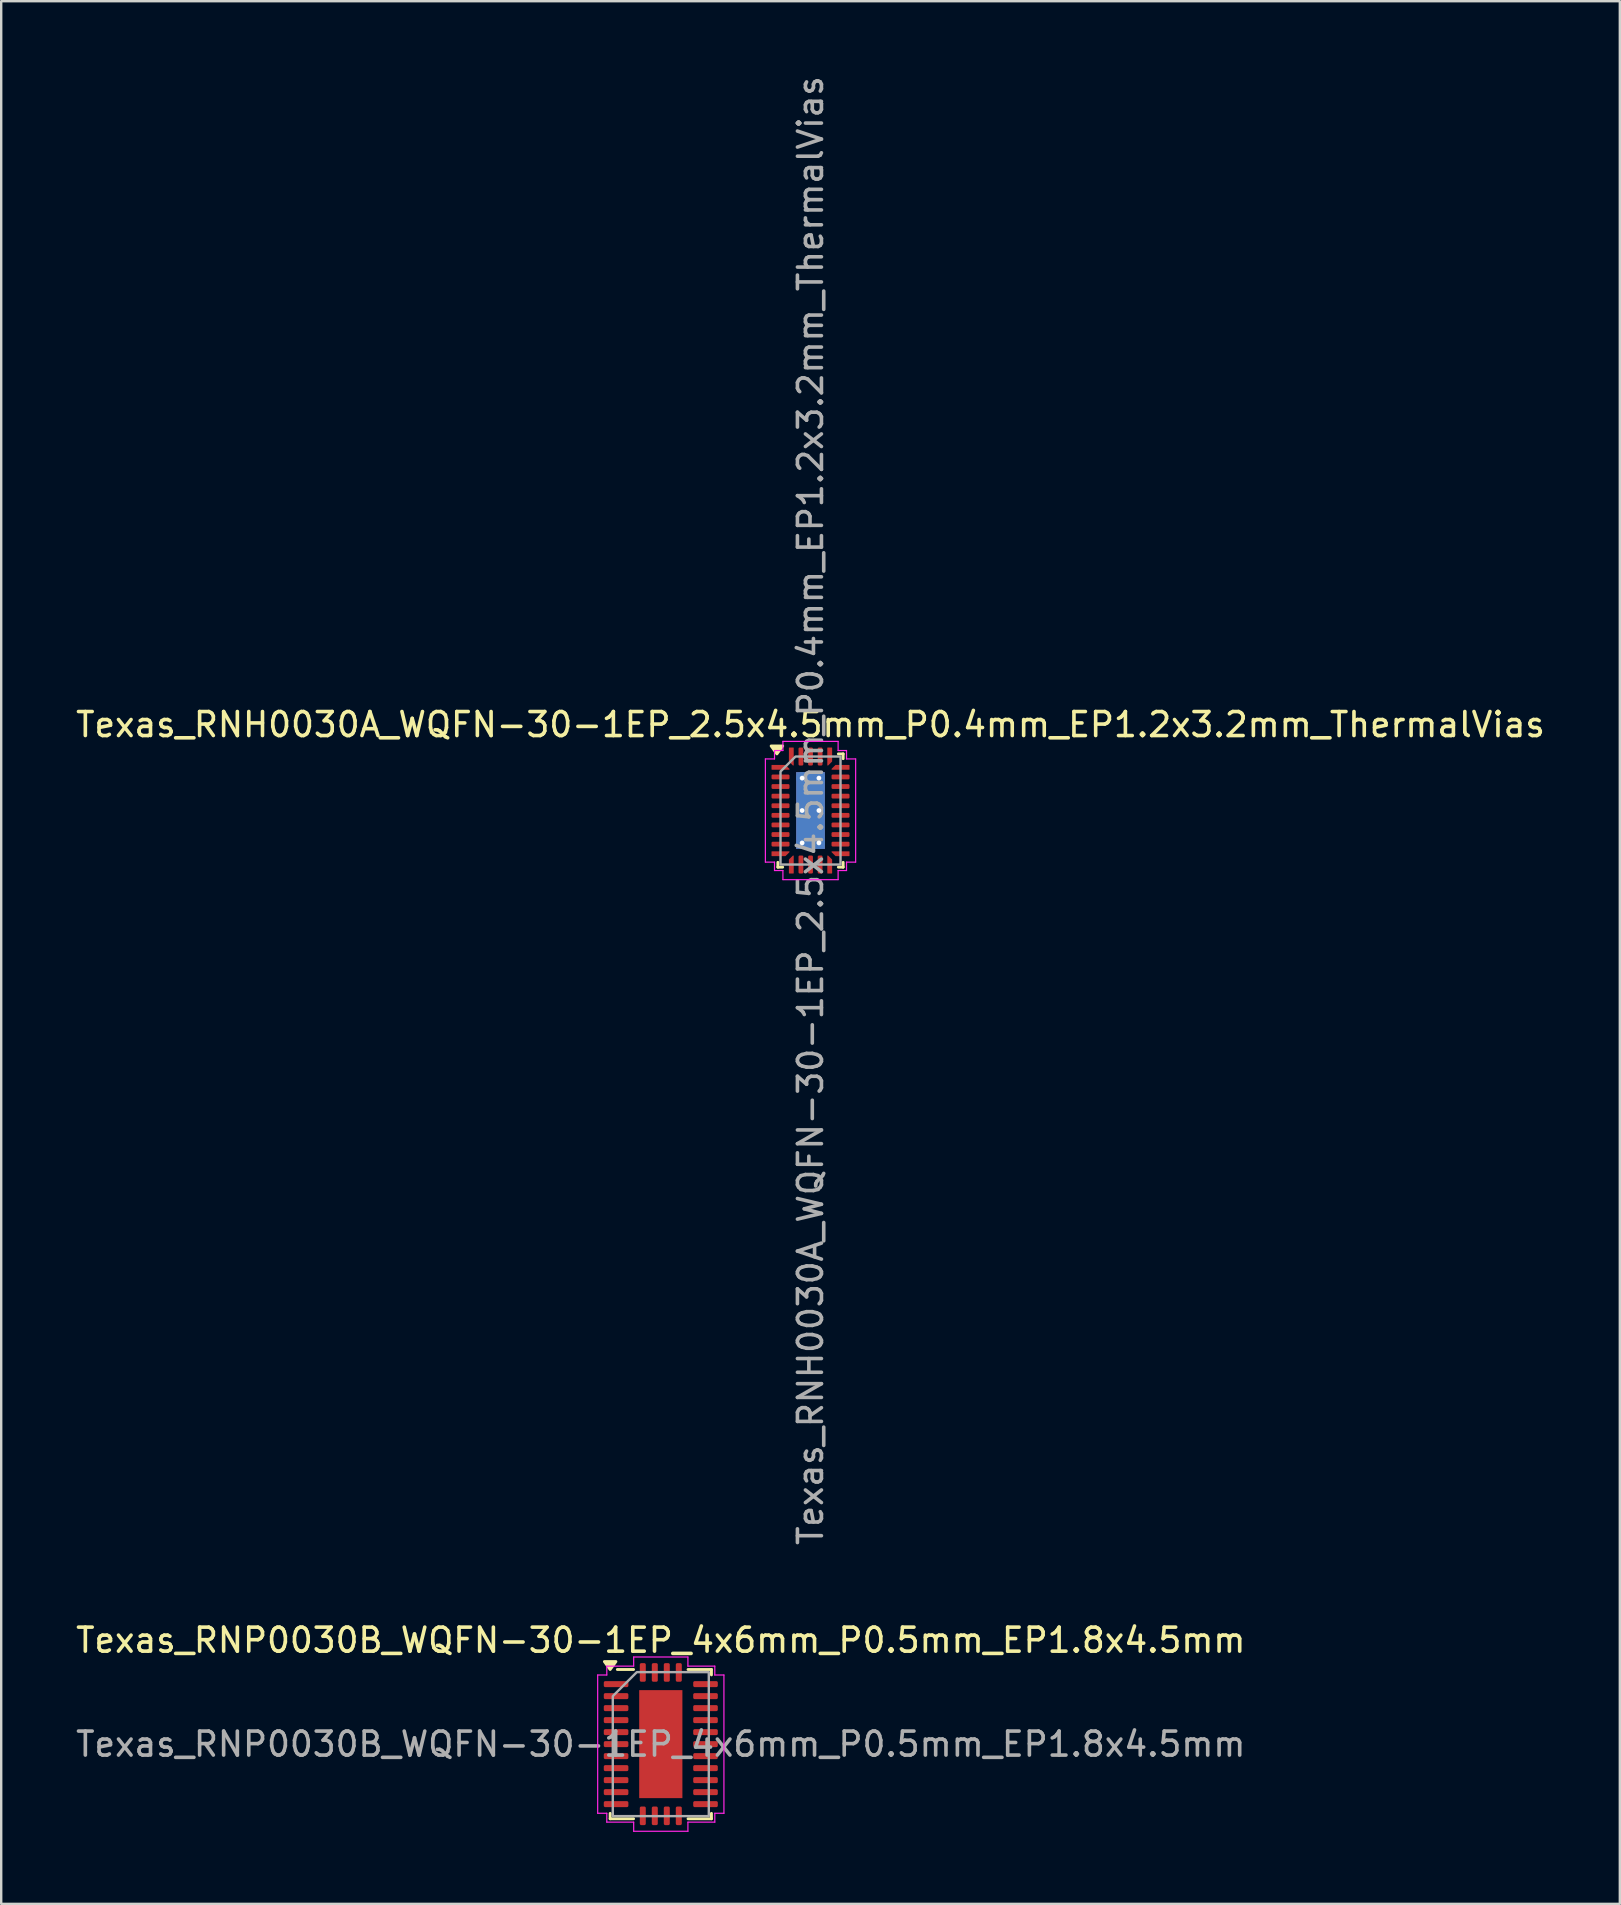
<source format=kicad_pcb>
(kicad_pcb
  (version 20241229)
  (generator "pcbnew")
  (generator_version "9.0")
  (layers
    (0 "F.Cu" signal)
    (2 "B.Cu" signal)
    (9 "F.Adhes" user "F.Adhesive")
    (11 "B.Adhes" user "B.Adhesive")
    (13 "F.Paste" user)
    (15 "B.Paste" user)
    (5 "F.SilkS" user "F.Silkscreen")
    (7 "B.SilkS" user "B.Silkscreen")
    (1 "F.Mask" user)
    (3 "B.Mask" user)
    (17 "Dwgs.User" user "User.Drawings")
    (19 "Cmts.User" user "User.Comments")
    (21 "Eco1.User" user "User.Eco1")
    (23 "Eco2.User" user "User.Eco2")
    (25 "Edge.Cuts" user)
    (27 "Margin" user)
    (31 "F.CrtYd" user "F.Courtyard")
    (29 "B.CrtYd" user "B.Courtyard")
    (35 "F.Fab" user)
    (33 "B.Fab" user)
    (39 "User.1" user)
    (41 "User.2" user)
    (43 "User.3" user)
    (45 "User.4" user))
  (footprint "Texas_RNH0030A_WQFN-30-1EP_2.5x4.5mm_P0.4mm_EP1.2x3.2mm_ThermalVias"
    (layer "F.Cu")
    (at 30.72 30.72)
    (property "Reference" "Texas_RNH0030A_WQFN-30-1EP_2.5x4.5mm_P0.4mm_EP1.2x3.2mm_ThermalVias" (at 0 -3.58 0) (layer "F.SilkS") (effects (font (size 1 1) (thickness 0.15))))
    (attr smd)
    (fp_line (start -1.36 2.36) (end -1.36 2.16) (stroke (width 0.12) (type solid)) (layer "F.SilkS"))
    (fp_line (start -1.16 2.36) (end -1.36 2.36) (stroke (width 0.12) (type solid)) (layer "F.SilkS"))
    (fp_line (start 1.16 -2.36) (end 1.36 -2.36) (stroke (width 0.12) (type solid)) (layer "F.SilkS"))
    (fp_line (start 1.16 2.36) (end 1.36 2.36) (stroke (width 0.12) (type solid)) (layer "F.SilkS"))
    (fp_line (start 1.36 -2.36) (end 1.36 -2.16) (stroke (width 0.12) (type solid)) (layer "F.SilkS"))
    (fp_line (start 1.36 2.36) (end 1.36 2.16) (stroke (width 0.12) (type solid)) (layer "F.SilkS"))
    (fp_poly (pts (xy -1.4 -2.36) (xy -1.64 -2.69) (xy -1.16 -2.69)) (stroke (width 0.12) (type solid)) (fill yes) (layer "F.SilkS"))
    (fp_line (start -1.88 -2.15) (end -1.5 -2.15) (stroke (width 0.05) (type solid)) (layer "F.CrtYd"))
    (fp_line (start -1.88 2.15) (end -1.88 -2.15) (stroke (width 0.05) (type solid)) (layer "F.CrtYd"))
    (fp_line (start -1.5 -2.5) (end -1.15 -2.5) (stroke (width 0.05) (type solid)) (layer "F.CrtYd"))
    (fp_line (start -1.5 -2.15) (end -1.5 -2.5) (stroke (width 0.05) (type solid)) (layer "F.CrtYd"))
    (fp_line (start -1.5 2.15) (end -1.88 2.15) (stroke (width 0.05) (type solid)) (layer "F.CrtYd"))
    (fp_line (start -1.5 2.5) (end -1.5 2.15) (stroke (width 0.05) (type solid)) (layer "F.CrtYd"))
    (fp_line (start -1.15 -2.88) (end 1.15 -2.88) (stroke (width 0.05) (type solid)) (layer "F.CrtYd"))
    (fp_line (start -1.15 -2.5) (end -1.15 -2.88) (stroke (width 0.05) (type solid)) (layer "F.CrtYd"))
    (fp_line (start -1.15 2.5) (end -1.5 2.5) (stroke (width 0.05) (type solid)) (layer "F.CrtYd"))
    (fp_line (start -1.15 2.88) (end -1.15 2.5) (stroke (width 0.05) (type solid)) (layer "F.CrtYd"))
    (fp_line (start 1.15 -2.88) (end 1.15 -2.5) (stroke (width 0.05) (type solid)) (layer "F.CrtYd"))
    (fp_line (start 1.15 -2.5) (end 1.5 -2.5) (stroke (width 0.05) (type solid)) (layer "F.CrtYd"))
    (fp_line (start 1.15 2.5) (end 1.15 2.88) (stroke (width 0.05) (type solid)) (layer "F.CrtYd"))
    (fp_line (start 1.15 2.88) (end -1.15 2.88) (stroke (width 0.05) (type solid)) (layer "F.CrtYd"))
    (fp_line (start 1.5 -2.5) (end 1.5 -2.15) (stroke (width 0.05) (type solid)) (layer "F.CrtYd"))
    (fp_line (start 1.5 -2.15) (end 1.88 -2.15) (stroke (width 0.05) (type solid)) (layer "F.CrtYd"))
    (fp_line (start 1.5 2.15) (end 1.5 2.5) (stroke (width 0.05) (type solid)) (layer "F.CrtYd"))
    (fp_line (start 1.5 2.5) (end 1.15 2.5) (stroke (width 0.05) (type solid)) (layer "F.CrtYd"))
    (fp_line (start 1.88 -2.15) (end 1.88 2.15) (stroke (width 0.05) (type solid)) (layer "F.CrtYd"))
    (fp_line (start 1.88 2.15) (end 1.5 2.15) (stroke (width 0.05) (type solid)) (layer "F.CrtYd"))
    (fp_poly (pts (xy -1.25 -1.625) (xy -1.25 2.25) (xy 1.25 2.25) (xy 1.25 -2.25) (xy -0.625 -2.25)) (stroke (width 0.1) (type solid)) (fill no) (layer "F.Fab"))
    (fp_text user "${REFERENCE}" (at 0 0 90) (layer "F.Fab") (effects (font (size 1 1) (thickness 0.15))))
    (pad "" smd roundrect (at 0 -0.8) (size 1.09 1.45) (layers "F.Paste") (roundrect_rratio 0.229))
    (pad "" smd roundrect (at 0 0.8) (size 1.09 1.45) (layers "F.Paste") (roundrect_rratio 0.229))
    (pad "1" smd custom (at -1.25 -1.8) (size 0.082 0.082) (layers "F.Cu" "F.Mask" "F.Paste") (options (anchor circle)) (primitives (gr_poly (pts (xy -0.358 -0.084) (xy 0.201 -0.084) (xy 0.358 0.074) (xy 0.358 0.084) (xy -0.358 0.084)) (width 0.033) (fill yes))))
    (pad "2" smd roundrect (at -1.25 -1.4) (size 0.75 0.2) (layers "F.Cu" "F.Mask" "F.Paste") (roundrect_rratio 0.25))
    (pad "3" smd roundrect (at -1.25 -1) (size 0.75 0.2) (layers "F.Cu" "F.Mask" "F.Paste") (roundrect_rratio 0.25))
    (pad "4" smd roundrect (at -1.25 -0.6) (size 0.75 0.2) (layers "F.Cu" "F.Mask" "F.Paste") (roundrect_rratio 0.25))
    (pad "5" smd roundrect (at -1.25 -0.2) (size 0.75 0.2) (layers "F.Cu" "F.Mask" "F.Paste") (roundrect_rratio 0.25))
    (pad "6" smd roundrect (at -1.25 0.2) (size 0.75 0.2) (layers "F.Cu" "F.Mask" "F.Paste") (roundrect_rratio 0.25))
    (pad "7" smd roundrect (at -1.25 0.6) (size 0.75 0.2) (layers "F.Cu" "F.Mask" "F.Paste") (roundrect_rratio 0.25))
    (pad "8" smd roundrect (at -1.25 1) (size 0.75 0.2) (layers "F.Cu" "F.Mask" "F.Paste") (roundrect_rratio 0.25))
    (pad "9" smd roundrect (at -1.25 1.4) (size 0.75 0.2) (layers "F.Cu" "F.Mask" "F.Paste") (roundrect_rratio 0.25))
    (pad "10" smd custom (at -1.25 1.8) (size 0.082 0.082) (layers "F.Cu" "F.Mask" "F.Paste") (options (anchor circle)) (primitives (gr_poly (pts (xy -0.358 -0.084) (xy 0.358 -0.084) (xy 0.358 -0.074) (xy 0.201 0.084) (xy -0.358 0.084)) (width 0.033) (fill yes))))
    (pad "11" smd custom (at -0.8 2.25) (size 0.082 0.082) (layers "F.Cu" "F.Mask" "F.Paste") (options (anchor circle)) (primitives (gr_poly (pts (xy -0.084 -0.201) (xy 0.074 -0.358) (xy 0.084 -0.358) (xy 0.084 0.358) (xy -0.084 0.358)) (width 0.033) (fill yes))))
    (pad "12" smd roundrect (at -0.4 2.25) (size 0.2 0.75) (layers "F.Cu" "F.Mask" "F.Paste") (roundrect_rratio 0.25))
    (pad "13" smd roundrect (at 0 2.25) (size 0.2 0.75) (layers "F.Cu" "F.Mask" "F.Paste") (roundrect_rratio 0.25))
    (pad "14" smd roundrect (at 0.4 2.25) (size 0.2 0.75) (layers "F.Cu" "F.Mask" "F.Paste") (roundrect_rratio 0.25))
    (pad "15" smd custom (at 0.8 2.25) (size 0.082 0.082) (layers "F.Cu" "F.Mask" "F.Paste") (options (anchor circle)) (primitives (gr_poly (pts (xy -0.084 -0.358) (xy -0.074 -0.358) (xy 0.084 -0.201) (xy 0.084 0.358) (xy -0.084 0.358)) (width 0.033) (fill yes))))
    (pad "16" smd custom (at 1.25 1.8) (size 0.082 0.082) (layers "F.Cu" "F.Mask" "F.Paste") (options (anchor circle)) (primitives (gr_poly (pts (xy -0.358 -0.084) (xy 0.358 -0.084) (xy 0.358 0.084) (xy -0.201 0.084) (xy -0.358 -0.074)) (width 0.033) (fill yes))))
    (pad "17" smd roundrect (at 1.25 1.4) (size 0.75 0.2) (layers "F.Cu" "F.Mask" "F.Paste") (roundrect_rratio 0.25))
    (pad "18" smd roundrect (at 1.25 1) (size 0.75 0.2) (layers "F.Cu" "F.Mask" "F.Paste") (roundrect_rratio 0.25))
    (pad "19" smd roundrect (at 1.25 0.6) (size 0.75 0.2) (layers "F.Cu" "F.Mask" "F.Paste") (roundrect_rratio 0.25))
    (pad "20" smd roundrect (at 1.25 0.2) (size 0.75 0.2) (layers "F.Cu" "F.Mask" "F.Paste") (roundrect_rratio 0.25))
    (pad "21" smd roundrect (at 1.25 -0.2) (size 0.75 0.2) (layers "F.Cu" "F.Mask" "F.Paste") (roundrect_rratio 0.25))
    (pad "22" smd roundrect (at 1.25 -0.6) (size 0.75 0.2) (layers "F.Cu" "F.Mask" "F.Paste") (roundrect_rratio 0.25))
    (pad "23" smd roundrect (at 1.25 -1) (size 0.75 0.2) (layers "F.Cu" "F.Mask" "F.Paste") (roundrect_rratio 0.25))
    (pad "24" smd roundrect (at 1.25 -1.4) (size 0.75 0.2) (layers "F.Cu" "F.Mask" "F.Paste") (roundrect_rratio 0.25))
    (pad "25" smd custom (at 1.25 -1.8) (size 0.082 0.082) (layers "F.Cu" "F.Mask" "F.Paste") (options (anchor circle)) (primitives (gr_poly (pts (xy -0.358 0.074) (xy -0.201 -0.084) (xy 0.358 -0.084) (xy 0.358 0.084) (xy -0.358 0.084)) (width 0.033) (fill yes))))
    (pad "26" smd custom (at 0.8 -2.25) (size 0.082 0.082) (layers "F.Cu" "F.Mask" "F.Paste") (options (anchor circle)) (primitives (gr_poly (pts (xy -0.084 -0.358) (xy 0.084 -0.358) (xy 0.084 0.201) (xy -0.074 0.358) (xy -0.084 0.358)) (width 0.033) (fill yes))))
    (pad "27" smd roundrect (at 0.4 -2.25) (size 0.2 0.75) (layers "F.Cu" "F.Mask" "F.Paste") (roundrect_rratio 0.25))
    (pad "28" smd roundrect (at 0 -2.25) (size 0.2 0.75) (layers "F.Cu" "F.Mask" "F.Paste") (roundrect_rratio 0.25))
    (pad "29" smd roundrect (at -0.4 -2.25) (size 0.2 0.75) (layers "F.Cu" "F.Mask" "F.Paste") (roundrect_rratio 0.25))
    (pad "30" smd custom (at -0.8 -2.25) (size 0.082 0.082) (layers "F.Cu" "F.Mask" "F.Paste") (options (anchor circle)) (primitives (gr_poly (pts (xy -0.084 -0.358) (xy 0.084 -0.358) (xy 0.084 0.358) (xy 0.074 0.358) (xy -0.084 0.201)) (width 0.033) (fill yes))))
    (pad "31" thru_hole circle (at -0.35 -1.35) (size 0.5 0.5) (drill 0.2) (property pad_prop_heatsink) (layers "*.Cu"))
    (pad "31" thru_hole circle (at -0.35 0) (size 0.5 0.5) (drill 0.2) (property pad_prop_heatsink) (layers "*.Cu"))
    (pad "31" thru_hole circle (at -0.35 1.35) (size 0.5 0.5) (drill 0.2) (property pad_prop_heatsink) (layers "*.Cu"))
    (pad "31" smd rect (at 0 0) (size 1.2 3.2) (property pad_prop_heatsink) (layers "F.Cu" "F.Mask"))
    (pad "31" smd rect (at 0 0) (size 1.2 3.2) (property pad_prop_heatsink) (layers "B.Cu"))
    (pad "31" thru_hole circle (at 0.35 -1.35) (size 0.5 0.5) (drill 0.2) (property pad_prop_heatsink) (layers "*.Cu"))
    (pad "31" thru_hole circle (at 0.35 0) (size 0.5 0.5) (drill 0.2) (property pad_prop_heatsink) (layers "*.Cu"))
    (pad "31" thru_hole circle (at 0.35 1.35) (size 0.5 0.5) (drill 0.2) (property pad_prop_heatsink) (layers "*.Cu")))
  (footprint "Texas_RNP0030B_WQFN-30-1EP_4x6mm_P0.5mm_EP1.8x4.5mm"
    (layer "F.Cu")
    (at 24.482 69.619)
    (property "Reference" "Texas_RNP0030B_WQFN-30-1EP_4x6mm_P0.5mm_EP1.8x4.5mm" (at 0 -4.33 0) (layer "F.SilkS") (effects (font (size 1 1) (thickness 0.15))))
    (attr smd)
    (fp_line (start -2.11 3.11) (end -2.11 2.885) (stroke (width 0.12) (type solid)) (layer "F.SilkS"))
    (fp_line (start -1.135 -3.11) (end -1.81 -3.11) (stroke (width 0.12) (type solid)) (layer "F.SilkS"))
    (fp_line (start -1.135 3.11) (end -2.11 3.11) (stroke (width 0.12) (type solid)) (layer "F.SilkS"))
    (fp_line (start 1.135 -3.11) (end 2.11 -3.11) (stroke (width 0.12) (type solid)) (layer "F.SilkS"))
    (fp_line (start 1.135 3.11) (end 2.11 3.11) (stroke (width 0.12) (type solid)) (layer "F.SilkS"))
    (fp_line (start 2.11 -3.11) (end 2.11 -2.885) (stroke (width 0.12) (type solid)) (layer "F.SilkS"))
    (fp_line (start 2.11 3.11) (end 2.11 2.885) (stroke (width 0.12) (type solid)) (layer "F.SilkS"))
    (fp_poly (pts (xy -2.11 -3.11) (xy -2.35 -3.44) (xy -1.87 -3.44)) (stroke (width 0.12) (type solid)) (fill yes) (layer "F.SilkS"))
    (fp_line (start -2.63 -2.88) (end -2.25 -2.88) (stroke (width 0.05) (type solid)) (layer "F.CrtYd"))
    (fp_line (start -2.63 2.88) (end -2.63 -2.88) (stroke (width 0.05) (type solid)) (layer "F.CrtYd"))
    (fp_line (start -2.25 -3.25) (end -1.13 -3.25) (stroke (width 0.05) (type solid)) (layer "F.CrtYd"))
    (fp_line (start -2.25 -2.88) (end -2.25 -3.25) (stroke (width 0.05) (type solid)) (layer "F.CrtYd"))
    (fp_line (start -2.25 2.88) (end -2.63 2.88) (stroke (width 0.05) (type solid)) (layer "F.CrtYd"))
    (fp_line (start -2.25 3.25) (end -2.25 2.88) (stroke (width 0.05) (type solid)) (layer "F.CrtYd"))
    (fp_line (start -1.13 -3.63) (end 1.13 -3.63) (stroke (width 0.05) (type solid)) (layer "F.CrtYd"))
    (fp_line (start -1.13 -3.25) (end -1.13 -3.63) (stroke (width 0.05) (type solid)) (layer "F.CrtYd"))
    (fp_line (start -1.13 3.25) (end -2.25 3.25) (stroke (width 0.05) (type solid)) (layer "F.CrtYd"))
    (fp_line (start -1.13 3.63) (end -1.13 3.25) (stroke (width 0.05) (type solid)) (layer "F.CrtYd"))
    (fp_line (start 1.13 -3.63) (end 1.13 -3.25) (stroke (width 0.05) (type solid)) (layer "F.CrtYd"))
    (fp_line (start 1.13 -3.25) (end 2.25 -3.25) (stroke (width 0.05) (type solid)) (layer "F.CrtYd"))
    (fp_line (start 1.13 3.25) (end 1.13 3.63) (stroke (width 0.05) (type solid)) (layer "F.CrtYd"))
    (fp_line (start 1.13 3.63) (end -1.13 3.63) (stroke (width 0.05) (type solid)) (layer "F.CrtYd"))
    (fp_line (start 2.25 -3.25) (end 2.25 -2.88) (stroke (width 0.05) (type solid)) (layer "F.CrtYd"))
    (fp_line (start 2.25 -2.88) (end 2.63 -2.88) (stroke (width 0.05) (type solid)) (layer "F.CrtYd"))
    (fp_line (start 2.25 2.88) (end 2.25 3.25) (stroke (width 0.05) (type solid)) (layer "F.CrtYd"))
    (fp_line (start 2.25 3.25) (end 1.13 3.25) (stroke (width 0.05) (type solid)) (layer "F.CrtYd"))
    (fp_line (start 2.63 -2.88) (end 2.63 2.88) (stroke (width 0.05) (type solid)) (layer "F.CrtYd"))
    (fp_line (start 2.63 2.88) (end 2.25 2.88) (stroke (width 0.05) (type solid)) (layer "F.CrtYd"))
    (fp_poly (pts (xy -2 -2) (xy -2 3) (xy 2 3) (xy 2 -3) (xy -1 -3)) (stroke (width 0.1) (type solid)) (fill no) (layer "F.Fab"))
    (fp_text user "${REFERENCE}" (at 0 0 0) (layer "F.Fab") (effects (font (size 1 1) (thickness 0.15))))
    (pad "" smd roundrect (at -0.45 -1.68) (size 0.73 0.91) (layers "F.Paste") (roundrect_rratio 0.25))
    (pad "" smd roundrect (at -0.45 -0.56) (size 0.73 0.91) (layers "F.Paste") (roundrect_rratio 0.25))
    (pad "" smd roundrect (at -0.45 0.56) (size 0.73 0.91) (layers "F.Paste") (roundrect_rratio 0.25))
    (pad "" smd roundrect (at -0.45 1.68) (size 0.73 0.91) (layers "F.Paste") (roundrect_rratio 0.25))
    (pad "" smd roundrect (at 0.45 -1.68) (size 0.73 0.91) (layers "F.Paste") (roundrect_rratio 0.25))
    (pad "" smd roundrect (at 0.45 -0.56) (size 0.73 0.91) (layers "F.Paste") (roundrect_rratio 0.25))
    (pad "" smd roundrect (at 0.45 0.56) (size 0.73 0.91) (layers "F.Paste") (roundrect_rratio 0.25))
    (pad "" smd roundrect (at 0.45 1.68) (size 0.73 0.91) (layers "F.Paste") (roundrect_rratio 0.25))
    (pad "1" smd roundrect (at -1.863 -2.5) (size 1.025 0.25) (layers "F.Cu" "F.Mask" "F.Paste") (roundrect_rratio 0.25))
    (pad "2" smd roundrect (at -1.863 -2) (size 1.025 0.25) (layers "F.Cu" "F.Mask" "F.Paste") (roundrect_rratio 0.25))
    (pad "3" smd roundrect (at -1.863 -1.5) (size 1.025 0.25) (layers "F.Cu" "F.Mask" "F.Paste") (roundrect_rratio 0.25))
    (pad "4" smd roundrect (at -1.863 -1) (size 1.025 0.25) (layers "F.Cu" "F.Mask" "F.Paste") (roundrect_rratio 0.25))
    (pad "5" smd roundrect (at -1.863 -0.5) (size 1.025 0.25) (layers "F.Cu" "F.Mask" "F.Paste") (roundrect_rratio 0.25))
    (pad "6" smd roundrect (at -1.863 0) (size 1.025 0.25) (layers "F.Cu" "F.Mask" "F.Paste") (roundrect_rratio 0.25))
    (pad "7" smd roundrect (at -1.863 0.5) (size 1.025 0.25) (layers "F.Cu" "F.Mask" "F.Paste") (roundrect_rratio 0.25))
    (pad "8" smd roundrect (at -1.863 1) (size 1.025 0.25) (layers "F.Cu" "F.Mask" "F.Paste") (roundrect_rratio 0.25))
    (pad "9" smd roundrect (at -1.863 1.5) (size 1.025 0.25) (layers "F.Cu" "F.Mask" "F.Paste") (roundrect_rratio 0.25))
    (pad "10" smd roundrect (at -1.863 2) (size 1.025 0.25) (layers "F.Cu" "F.Mask" "F.Paste") (roundrect_rratio 0.25))
    (pad "11" smd roundrect (at -1.863 2.5) (size 1.025 0.25) (layers "F.Cu" "F.Mask" "F.Paste") (roundrect_rratio 0.25))
    (pad "12" smd roundrect (at -0.75 2.987) (size 0.25 0.775) (layers "F.Cu" "F.Mask" "F.Paste") (roundrect_rratio 0.25))
    (pad "13" smd roundrect (at -0.25 2.987) (size 0.25 0.775) (layers "F.Cu" "F.Mask" "F.Paste") (roundrect_rratio 0.25))
    (pad "14" smd roundrect (at 0.25 2.987) (size 0.25 0.775) (layers "F.Cu" "F.Mask" "F.Paste") (roundrect_rratio 0.25))
    (pad "15" smd roundrect (at 0.75 2.987) (size 0.25 0.775) (layers "F.Cu" "F.Mask" "F.Paste") (roundrect_rratio 0.25))
    (pad "16" smd roundrect (at 1.863 2.5) (size 1.025 0.25) (layers "F.Cu" "F.Mask" "F.Paste") (roundrect_rratio 0.25))
    (pad "17" smd roundrect (at 1.863 2) (size 1.025 0.25) (layers "F.Cu" "F.Mask" "F.Paste") (roundrect_rratio 0.25))
    (pad "18" smd roundrect (at 1.863 1.5) (size 1.025 0.25) (layers "F.Cu" "F.Mask" "F.Paste") (roundrect_rratio 0.25))
    (pad "19" smd roundrect (at 1.863 1) (size 1.025 0.25) (layers "F.Cu" "F.Mask" "F.Paste") (roundrect_rratio 0.25))
    (pad "20" smd roundrect (at 1.863 0.5) (size 1.025 0.25) (layers "F.Cu" "F.Mask" "F.Paste") (roundrect_rratio 0.25))
    (pad "21" smd roundrect (at 1.863 0) (size 1.025 0.25) (layers "F.Cu" "F.Mask" "F.Paste") (roundrect_rratio 0.25))
    (pad "22" smd roundrect (at 1.863 -0.5) (size 1.025 0.25) (layers "F.Cu" "F.Mask" "F.Paste") (roundrect_rratio 0.25))
    (pad "23" smd roundrect (at 1.863 -1) (size 1.025 0.25) (layers "F.Cu" "F.Mask" "F.Paste") (roundrect_rratio 0.25))
    (pad "24" smd roundrect (at 1.863 -1.5) (size 1.025 0.25) (layers "F.Cu" "F.Mask" "F.Paste") (roundrect_rratio 0.25))
    (pad "25" smd roundrect (at 1.863 -2) (size 1.025 0.25) (layers "F.Cu" "F.Mask" "F.Paste") (roundrect_rratio 0.25))
    (pad "26" smd roundrect (at 1.863 -2.5) (size 1.025 0.25) (layers "F.Cu" "F.Mask" "F.Paste") (roundrect_rratio 0.25))
    (pad "27" smd roundrect (at 0.75 -2.987) (size 0.25 0.775) (layers "F.Cu" "F.Mask" "F.Paste") (roundrect_rratio 0.25))
    (pad "28" smd roundrect (at 0.25 -2.987) (size 0.25 0.775) (layers "F.Cu" "F.Mask" "F.Paste") (roundrect_rratio 0.25))
    (pad "29" smd roundrect (at -0.25 -2.987) (size 0.25 0.775) (layers "F.Cu" "F.Mask" "F.Paste") (roundrect_rratio 0.25))
    (pad "30" smd roundrect (at -0.75 -2.987) (size 0.25 0.775) (layers "F.Cu" "F.Mask" "F.Paste") (roundrect_rratio 0.25))
    (pad "31" smd rect (at 0 0) (size 1.8 4.5) (property pad_prop_heatsink) (layers "F.Cu" "F.Mask")))
  (gr_rect
    (start -3 -3)
    (end 64.44 76.274)
    (stroke (width 0.1) (type default))
    (fill no)
    (layer "Edge.Cuts")))
</source>
